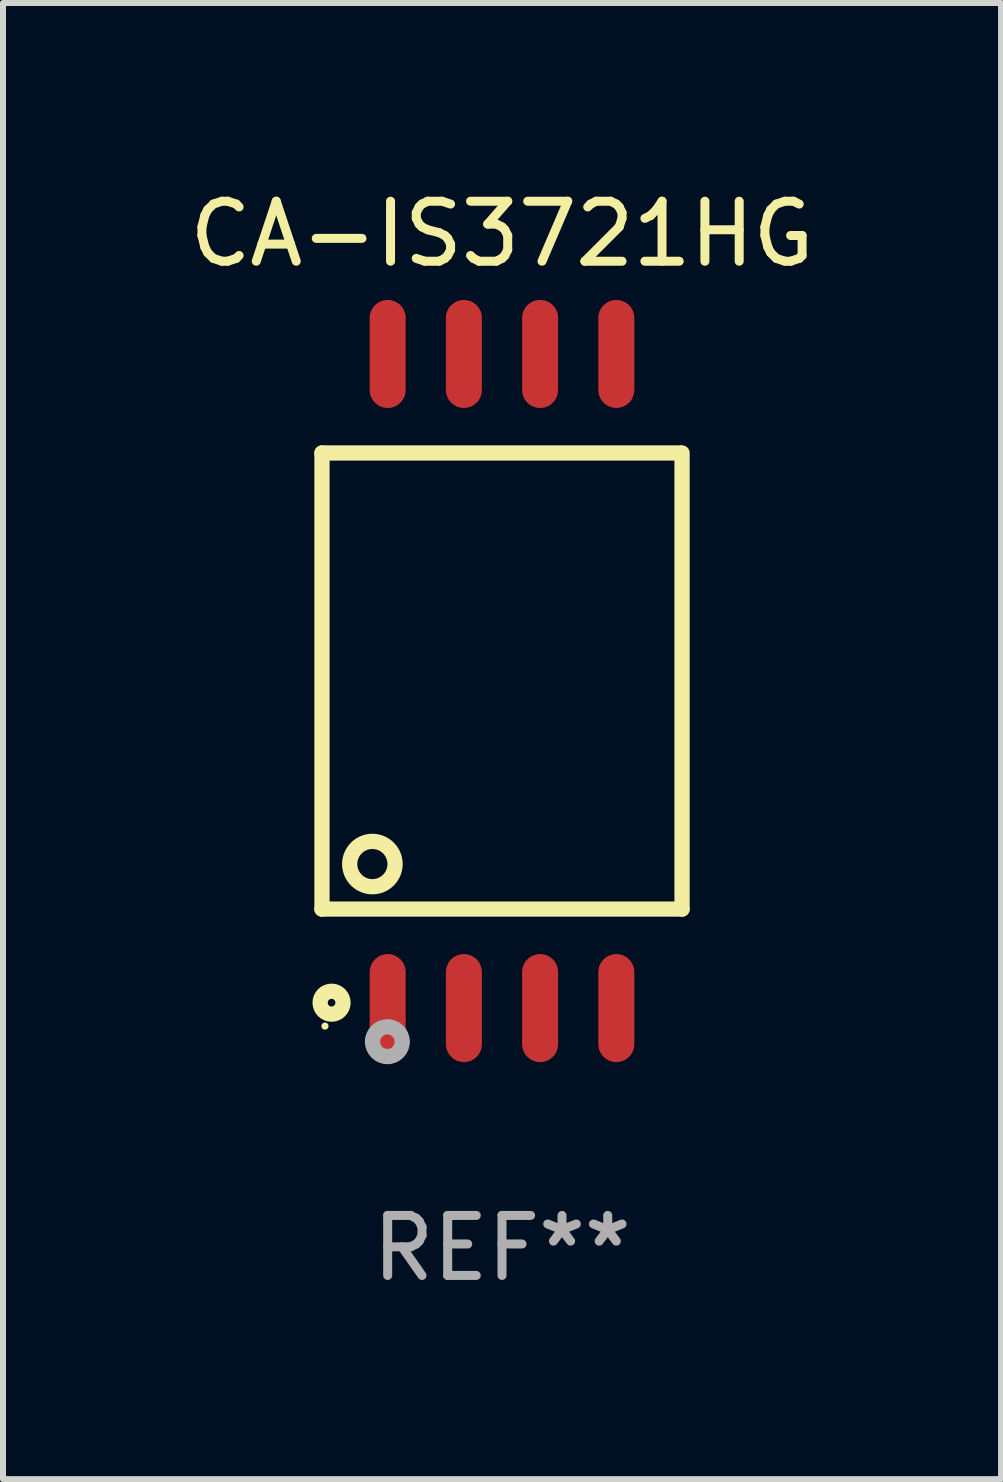
<source format=kicad_pcb>
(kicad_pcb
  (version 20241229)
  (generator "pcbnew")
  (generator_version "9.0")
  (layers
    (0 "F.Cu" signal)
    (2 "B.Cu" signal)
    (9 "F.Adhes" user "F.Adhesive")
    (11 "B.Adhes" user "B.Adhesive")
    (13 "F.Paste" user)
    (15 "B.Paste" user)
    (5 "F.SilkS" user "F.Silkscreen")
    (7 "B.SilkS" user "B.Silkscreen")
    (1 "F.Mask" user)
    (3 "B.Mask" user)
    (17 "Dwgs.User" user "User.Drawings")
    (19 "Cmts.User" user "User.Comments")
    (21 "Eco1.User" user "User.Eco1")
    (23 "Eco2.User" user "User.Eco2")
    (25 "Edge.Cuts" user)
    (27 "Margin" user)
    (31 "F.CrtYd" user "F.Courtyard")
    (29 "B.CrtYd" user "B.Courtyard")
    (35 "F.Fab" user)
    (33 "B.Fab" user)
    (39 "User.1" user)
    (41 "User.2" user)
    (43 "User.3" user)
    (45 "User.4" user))
  (footprint "CA-IS3721HG"
    (layer "F.Cu")
    (at 5.315 8.298)
    (property "Reference" "CA-IS3721HG" (at 0 -7.45 0) (layer "F.SilkS") (effects (font (size 1 1) (thickness 0.15))))
    (attr through_hole)
    (fp_line (start -3 -3.8) (end -3 3.8) (stroke (width 0.254) (type solid)) (layer "F.SilkS"))
    (fp_line (start -3 -3.8) (end 2.97 -3.8) (stroke (width 0.254) (type solid)) (layer "F.SilkS"))
    (fp_line (start -3 3.8) (end 3 3.8) (stroke (width 0.254) (type solid)) (layer "F.SilkS"))
    (fp_line (start 3 -3.8) (end 3 3.8) (stroke (width 0.254) (type solid)) (layer "F.SilkS"))
    (fp_circle (center -2.95 5.75) (end -2.92 5.75) (stroke (width 0.06) (type solid)) (fill no) (layer "F.SilkS"))
    (fp_circle (center -2.84 5.36) (end -2.649 5.36) (stroke (width 0.254) (type solid)) (fill no) (layer "F.SilkS"))
    (fp_circle (center -2.16 3.05) (end -1.782 3.05) (stroke (width 0.254) (type solid)) (fill no) (layer "F.SilkS"))
    (fp_circle (center -1.91 6.01) (end -1.789 6.01) (stroke (width 0.254) (type solid)) (fill no) (layer "F.Fab"))
    (fp_text user "REF**" (at 0 9.45 0) (layer "F.Fab") (effects (font (size 1 1) (thickness 0.15))))
    (pad "1" smd oval (at -1.905 5.45 180) (size 0.6 1.8) (layers "F.Cu" "F.Mask" "F.Paste"))
    (pad "2" smd oval (at -0.635 5.45 180) (size 0.6 1.8) (layers "F.Cu" "F.Mask" "F.Paste"))
    (pad "3" smd oval (at 0.635 5.45 180) (size 0.6 1.8) (layers "F.Cu" "F.Mask" "F.Paste"))
    (pad "4" smd oval (at 1.905 5.45 180) (size 0.6 1.8) (layers "F.Cu" "F.Mask" "F.Paste"))
    (pad "5" smd oval (at 1.905 -5.45 180) (size 0.6 1.8) (layers "F.Cu" "F.Mask" "F.Paste"))
    (pad "6" smd oval (at 0.635 -5.45 180) (size 0.6 1.8) (layers "F.Cu" "F.Mask" "F.Paste"))
    (pad "7" smd oval (at -0.635 -5.45 180) (size 0.6 1.8) (layers "F.Cu" "F.Mask" "F.Paste"))
    (pad "8" smd oval (at -1.905 -5.45 180) (size 0.6 1.8) (layers "F.Cu" "F.Mask" "F.Paste")))
  (gr_rect
    (start -3 -3)
    (end 13.631 21.597)
    (stroke (width 0.1) (type default))
    (fill no)
    (layer "Edge.Cuts")))
</source>
